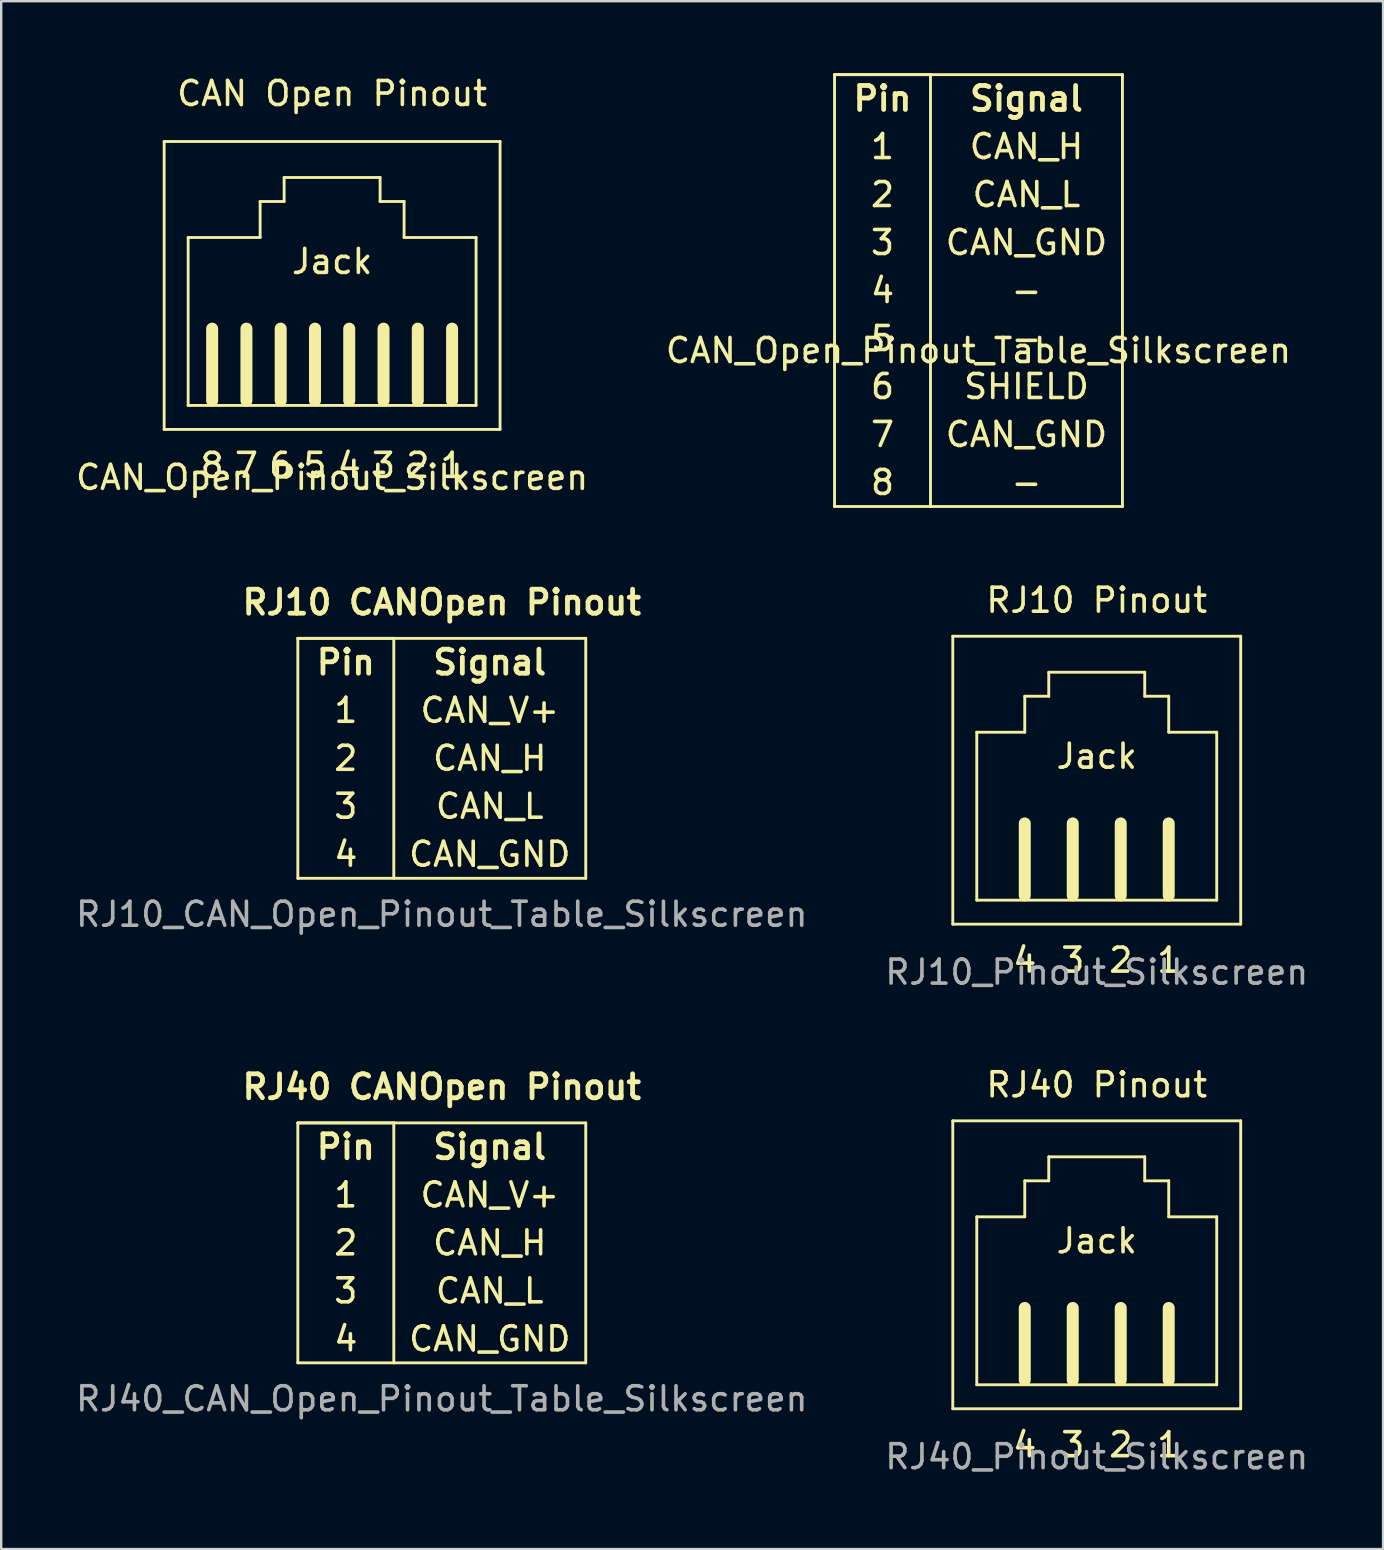
<source format=kicad_pcb>
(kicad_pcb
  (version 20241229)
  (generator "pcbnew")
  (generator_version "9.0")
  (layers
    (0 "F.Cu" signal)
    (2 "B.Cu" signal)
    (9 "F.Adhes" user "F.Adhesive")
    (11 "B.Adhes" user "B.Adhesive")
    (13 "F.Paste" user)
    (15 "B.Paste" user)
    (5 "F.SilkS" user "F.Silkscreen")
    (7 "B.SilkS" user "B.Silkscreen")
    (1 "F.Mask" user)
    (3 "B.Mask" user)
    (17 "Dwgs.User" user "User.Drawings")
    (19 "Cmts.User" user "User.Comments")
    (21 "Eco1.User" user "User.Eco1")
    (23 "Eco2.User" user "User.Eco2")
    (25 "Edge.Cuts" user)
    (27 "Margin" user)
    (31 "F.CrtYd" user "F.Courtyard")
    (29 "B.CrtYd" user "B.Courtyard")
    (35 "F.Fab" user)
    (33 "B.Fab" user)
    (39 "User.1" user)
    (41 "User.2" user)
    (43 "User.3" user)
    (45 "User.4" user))
  (footprint "CAN_Open_Pinout_Table_Silkscreen"
    (layer "F.Cu")
    (at 37.732 11.06)
    (property "Reference" "CAN_Open_Pinout_Table_Silkscreen" (at 0 0.5 0) (layer "F.SilkS") (effects (font (size 1 1) (thickness 0.15))))
    (attr through_hole)
    (fp_line (start -6 -11) (end -2 -11) (stroke (width 0.12) (type solid)) (layer "F.SilkS"))
    (fp_line (start -6 -11) (end -2 -11) (stroke (width 0.12) (type solid)) (layer "F.SilkS"))
    (fp_line (start -6 7) (end -6 -11) (stroke (width 0.12) (type solid)) (layer "F.SilkS"))
    (fp_line (start -2 -11) (end -2 7) (stroke (width 0.12) (type solid)) (layer "F.SilkS"))
    (fp_line (start -2 -11) (end 6 -11) (stroke (width 0.12) (type solid)) (layer "F.SilkS"))
    (fp_line (start -2 7) (end -6 7) (stroke (width 0.12) (type solid)) (layer "F.SilkS"))
    (fp_line (start 6 -11) (end 6 7) (stroke (width 0.12) (type solid)) (layer "F.SilkS"))
    (fp_line (start 6 7) (end -2 7) (stroke (width 0.12) (type solid)) (layer "F.SilkS"))
    (fp_text user "8" (at -4 6 0) (layer "F.SilkS") (effects (font (size 1 1) (thickness 0.15))))
    (fp_text user "1" (at -4 -8 0) (layer "F.SilkS") (effects (font (size 1 1) (thickness 0.15))))
    (fp_text user "CAN_H" (at 2 -8 0) (layer "F.SilkS") (effects (font (size 1 1) (thickness 0.15))))
    (fp_text user "SHIELD" (at 2 2 0) (layer "F.SilkS") (effects (font (size 1 1) (thickness 0.15))))
    (fp_text user "3" (at -4 -4 0) (layer "F.SilkS") (effects (font (size 1 1) (thickness 0.15))))
    (fp_text user "6" (at -4 2 0) (layer "F.SilkS") (effects (font (size 1 1) (thickness 0.15))))
    (fp_text user "CAN_GND" (at 2 -4 0) (layer "F.SilkS") (effects (font (size 1 1) (thickness 0.15))))
    (fp_text user "5" (at -4 0 0) (layer "F.SilkS") (effects (font (size 1 1) (thickness 0.15))))
    (fp_text user "-" (at 2 -2 0) (layer "F.SilkS") (effects (font (size 1 1) (thickness 0.15))))
    (fp_text user "-" (at 2 0 0) (layer "F.SilkS") (effects (font (size 1 1) (thickness 0.15))))
    (fp_text user "CAN_L" (at 2 -6 0) (layer "F.SilkS") (effects (font (size 1 1) (thickness 0.15))))
    (fp_text user "Pin" (at -4 -10 0) (layer "F.SilkS") (effects (font (size 1 1) (thickness 0.2))))
    (fp_text user "CAN_GND" (at 2 4 0) (layer "F.SilkS") (effects (font (size 1 1) (thickness 0.15))))
    (fp_text user "2" (at -4 -6 0) (layer "F.SilkS") (effects (font (size 1 1) (thickness 0.15))))
    (fp_text user "7" (at -4 4 0) (layer "F.SilkS") (effects (font (size 1 1) (thickness 0.15))))
    (fp_text user "4" (at -4 -2 0) (layer "F.SilkS") (effects (font (size 1 1) (thickness 0.15))))
    (fp_text user "-" (at 2 6 0) (layer "F.SilkS") (effects (font (size 1 1) (thickness 0.15))))
    (fp_text user "Signal" (at 2 -10 0) (layer "F.SilkS") (effects (font (size 1 1) (thickness 0.2)))))
  (footprint "RJ40_CAN_Open_Pinout_Table_Silkscreen"
    (layer "F.Cu")
    (at 15.363 54.752)
    (property "Reference" "RJ40_CAN_Open_Pinout_Table_Silkscreen" (at 0 0.5 0) (layer "F.Fab") (effects (font (size 1 1) (thickness 0.15))))
    (attr through_hole)
    (fp_line (start -6 -11) (end -2 -11) (stroke (width 0.12) (type solid)) (layer "F.SilkS"))
    (fp_line (start -6 -11) (end -2 -11) (stroke (width 0.12) (type solid)) (layer "F.SilkS"))
    (fp_line (start -6 -1) (end -6 -11) (stroke (width 0.12) (type solid)) (layer "F.SilkS"))
    (fp_line (start -2 -11) (end -2 -1) (stroke (width 0.12) (type solid)) (layer "F.SilkS"))
    (fp_line (start -2 -11) (end 6 -11) (stroke (width 0.12) (type solid)) (layer "F.SilkS"))
    (fp_line (start 6 -11) (end 6 -1) (stroke (width 0.12) (type solid)) (layer "F.SilkS"))
    (fp_line (start 6 -1) (end -6 -1) (stroke (width 0.12) (type solid)) (layer "F.SilkS"))
    (fp_text user "1" (at -4 -8 0) (layer "F.SilkS") (effects (font (size 1 1) (thickness 0.15))))
    (fp_text user "RJ40 CANOpen Pinout" (at 0 -12.5 0) (layer "F.SilkS") (effects (font (size 1 1) (thickness 0.2))))
    (fp_text user "CAN_V+" (at 2 -8 0) (layer "F.SilkS") (effects (font (size 1 1) (thickness 0.15))))
    (fp_text user "2" (at -4 -6 0) (layer "F.SilkS") (effects (font (size 1 1) (thickness 0.15))))
    (fp_text user "Signal" (at 2 -10 0) (layer "F.SilkS") (effects (font (size 1 1) (thickness 0.2))))
    (fp_text user "CAN_GND" (at 2 -2 0) (layer "F.SilkS") (effects (font (size 1 1) (thickness 0.15))))
    (fp_text user "CAN_L" (at 2 -4 0) (layer "F.SilkS") (effects (font (size 1 1) (thickness 0.15))))
    (fp_text user "4" (at -4 -2 0) (layer "F.SilkS") (effects (font (size 1 1) (thickness 0.15))))
    (fp_text user "CAN_H" (at 2 -6 0) (layer "F.SilkS") (effects (font (size 1 1) (thickness 0.15))))
    (fp_text user "Pin" (at -4 -10 0) (layer "F.SilkS") (effects (font (size 1 1) (thickness 0.2))))
    (fp_text user "3" (at -4 -4 0) (layer "F.SilkS") (effects (font (size 1 1) (thickness 0.15)))))
  (footprint "RJ10_Pinout_Silkscreen"
    (layer "F.Cu")
    (at 42.661 34.468)
    (property "Reference" "RJ10_Pinout_Silkscreen" (at 0 3 0) (layer "F.Fab") (effects (font (size 1 1) (thickness 0.15))))
    (attr through_hole)
    (fp_line (start -6 -11) (end 6 -11) (stroke (width 0.12) (type solid)) (layer "F.SilkS"))
    (fp_line (start -6 1) (end -6 -11) (stroke (width 0.12) (type solid)) (layer "F.SilkS"))
    (fp_line (start -5 -7) (end -5 0) (stroke (width 0.12) (type solid)) (layer "F.SilkS"))
    (fp_line (start -5 0) (end 5 0) (stroke (width 0.12) (type solid)) (layer "F.SilkS"))
    (fp_line (start -3 -8.5) (end -3 -7) (stroke (width 0.12) (type solid)) (layer "F.SilkS"))
    (fp_line (start -3 -7) (end -5 -7) (stroke (width 0.12) (type solid)) (layer "F.SilkS"))
    (fp_line (start -3 -0.2) (end -3 -3.2) (stroke (width 0.5) (type solid)) (layer "F.SilkS"))
    (fp_line (start -2 -9.5) (end -2 -8.5) (stroke (width 0.12) (type solid)) (layer "F.SilkS"))
    (fp_line (start -2 -8.5) (end -3 -8.5) (stroke (width 0.12) (type solid)) (layer "F.SilkS"))
    (fp_line (start -1 -0.2) (end -1 -3.2) (stroke (width 0.5) (type solid)) (layer "F.SilkS"))
    (fp_line (start 1 -0.2) (end 1 -3.2) (stroke (width 0.5) (type solid)) (layer "F.SilkS"))
    (fp_line (start 2 -9.5) (end -2 -9.5) (stroke (width 0.12) (type solid)) (layer "F.SilkS"))
    (fp_line (start 2 -8.5) (end 2 -9.5) (stroke (width 0.12) (type solid)) (layer "F.SilkS"))
    (fp_line (start 3 -8.5) (end 2 -8.5) (stroke (width 0.12) (type solid)) (layer "F.SilkS"))
    (fp_line (start 3 -7) (end 3 -8.5) (stroke (width 0.12) (type solid)) (layer "F.SilkS"))
    (fp_line (start 3 -0.2) (end 3 -3.2) (stroke (width 0.5) (type solid)) (layer "F.SilkS"))
    (fp_line (start 5 -7) (end 3 -7) (stroke (width 0.12) (type solid)) (layer "F.SilkS"))
    (fp_line (start 5 0) (end 5 -7) (stroke (width 0.12) (type solid)) (layer "F.SilkS"))
    (fp_line (start 6 -11) (end 6 1) (stroke (width 0.12) (type solid)) (layer "F.SilkS"))
    (fp_line (start 6 1) (end -6 1) (stroke (width 0.12) (type solid)) (layer "F.SilkS"))
    (fp_text user "1" (at 3 2.5 0) (layer "F.SilkS") (effects (font (size 1 1) (thickness 0.15))))
    (fp_text user "RJ10 Pinout" (at 0 -12.5 0) (layer "F.SilkS") (effects (font (size 1 1) (thickness 0.15))))
    (fp_text user "3" (at -1 2.5 0) (layer "F.SilkS") (effects (font (size 1 1) (thickness 0.15))))
    (fp_text user "Jack" (at 0 -6 0) (layer "F.SilkS") (effects (font (size 1 1) (thickness 0.15))))
    (fp_text user "2" (at 1 2.5 0) (layer "F.SilkS") (effects (font (size 1 1) (thickness 0.15))))
    (fp_text user "4" (at -3 2.5 0) (layer "F.SilkS") (effects (font (size 1 1) (thickness 0.15)))))
  (footprint "RJ10_CAN_Open_Pinout_Table_Silkscreen"
    (layer "F.Cu")
    (at 15.363 34.556)
    (property "Reference" "RJ10_CAN_Open_Pinout_Table_Silkscreen" (at 0 0.5 0) (layer "F.Fab") (effects (font (size 1 1) (thickness 0.15))))
    (attr through_hole)
    (fp_line (start -6 -11) (end -2 -11) (stroke (width 0.12) (type solid)) (layer "F.SilkS"))
    (fp_line (start -6 -11) (end -2 -11) (stroke (width 0.12) (type solid)) (layer "F.SilkS"))
    (fp_line (start -6 -1) (end -6 -11) (stroke (width 0.12) (type solid)) (layer "F.SilkS"))
    (fp_line (start -2 -11) (end -2 -1) (stroke (width 0.12) (type solid)) (layer "F.SilkS"))
    (fp_line (start -2 -11) (end 6 -11) (stroke (width 0.12) (type solid)) (layer "F.SilkS"))
    (fp_line (start 6 -11) (end 6 -1) (stroke (width 0.12) (type solid)) (layer "F.SilkS"))
    (fp_line (start 6 -1) (end -6 -1) (stroke (width 0.12) (type solid)) (layer "F.SilkS"))
    (fp_text user "CAN_L" (at 2 -4 0) (layer "F.SilkS") (effects (font (size 1 1) (thickness 0.15))))
    (fp_text user "Signal" (at 2 -10 0) (layer "F.SilkS") (effects (font (size 1 1) (thickness 0.2))))
    (fp_text user "4" (at -4 -2 0) (layer "F.SilkS") (effects (font (size 1 1) (thickness 0.15))))
    (fp_text user "Pin" (at -4 -10 0) (layer "F.SilkS") (effects (font (size 1 1) (thickness 0.2))))
    (fp_text user "CAN_H" (at 2 -6 0) (layer "F.SilkS") (effects (font (size 1 1) (thickness 0.15))))
    (fp_text user "CAN_GND" (at 2 -2 0) (layer "F.SilkS") (effects (font (size 1 1) (thickness 0.15))))
    (fp_text user "2" (at -4 -6 0) (layer "F.SilkS") (effects (font (size 1 1) (thickness 0.15))))
    (fp_text user "CAN_V+" (at 2 -8 0) (layer "F.SilkS") (effects (font (size 1 1) (thickness 0.15))))
    (fp_text user "1" (at -4 -8 0) (layer "F.SilkS") (effects (font (size 1 1) (thickness 0.15))))
    (fp_text user "3" (at -4 -4 0) (layer "F.SilkS") (effects (font (size 1 1) (thickness 0.15))))
    (fp_text user "RJ10 CANOpen Pinout" (at 0 -12.5 0) (layer "F.SilkS") (effects (font (size 1 1) (thickness 0.2)))))
  (footprint "RJ40_Pinout_Silkscreen"
    (layer "F.Cu")
    (at 42.661 54.665)
    (property "Reference" "RJ40_Pinout_Silkscreen" (at 0 3 0) (layer "F.Fab") (effects (font (size 1 1) (thickness 0.15))))
    (attr through_hole)
    (fp_line (start -6 -11) (end 6 -11) (stroke (width 0.12) (type solid)) (layer "F.SilkS"))
    (fp_line (start -6 1) (end -6 -11) (stroke (width 0.12) (type solid)) (layer "F.SilkS"))
    (fp_line (start -5 -7) (end -5 0) (stroke (width 0.12) (type solid)) (layer "F.SilkS"))
    (fp_line (start -5 0) (end 5 0) (stroke (width 0.12) (type solid)) (layer "F.SilkS"))
    (fp_line (start -3 -8.5) (end -3 -7) (stroke (width 0.12) (type solid)) (layer "F.SilkS"))
    (fp_line (start -3 -7) (end -5 -7) (stroke (width 0.12) (type solid)) (layer "F.SilkS"))
    (fp_line (start -3 -0.2) (end -3 -3.2) (stroke (width 0.5) (type solid)) (layer "F.SilkS"))
    (fp_line (start -2 -9.5) (end -2 -8.5) (stroke (width 0.12) (type solid)) (layer "F.SilkS"))
    (fp_line (start -2 -8.5) (end -3 -8.5) (stroke (width 0.12) (type solid)) (layer "F.SilkS"))
    (fp_line (start -1 -0.2) (end -1 -3.2) (stroke (width 0.5) (type solid)) (layer "F.SilkS"))
    (fp_line (start 1 -0.2) (end 1 -3.2) (stroke (width 0.5) (type solid)) (layer "F.SilkS"))
    (fp_line (start 2 -9.5) (end -2 -9.5) (stroke (width 0.12) (type solid)) (layer "F.SilkS"))
    (fp_line (start 2 -8.5) (end 2 -9.5) (stroke (width 0.12) (type solid)) (layer "F.SilkS"))
    (fp_line (start 3 -8.5) (end 2 -8.5) (stroke (width 0.12) (type solid)) (layer "F.SilkS"))
    (fp_line (start 3 -7) (end 3 -8.5) (stroke (width 0.12) (type solid)) (layer "F.SilkS"))
    (fp_line (start 3 -0.2) (end 3 -3.2) (stroke (width 0.5) (type solid)) (layer "F.SilkS"))
    (fp_line (start 5 -7) (end 3 -7) (stroke (width 0.12) (type solid)) (layer "F.SilkS"))
    (fp_line (start 5 0) (end 5 -7) (stroke (width 0.12) (type solid)) (layer "F.SilkS"))
    (fp_line (start 6 -11) (end 6 1) (stroke (width 0.12) (type solid)) (layer "F.SilkS"))
    (fp_line (start 6 1) (end -6 1) (stroke (width 0.12) (type solid)) (layer "F.SilkS"))
    (fp_text user "RJ40 Pinout" (at 0 -12.5 0) (layer "F.SilkS") (effects (font (size 1 1) (thickness 0.15))))
    (fp_text user "3" (at -1 2.5 0) (layer "F.SilkS") (effects (font (size 1 1) (thickness 0.15))))
    (fp_text user "4" (at -3 2.5 0) (layer "F.SilkS") (effects (font (size 1 1) (thickness 0.15))))
    (fp_text user "Jack" (at 0 -6 0) (layer "F.SilkS") (effects (font (size 1 1) (thickness 0.15))))
    (fp_text user "1" (at 3 2.5 0) (layer "F.SilkS") (effects (font (size 1 1) (thickness 0.15))))
    (fp_text user "2" (at 1 2.5 0) (layer "F.SilkS") (effects (font (size 1 1) (thickness 0.15)))))
  (footprint "CAN_Open_Pinout_Silkscreen"
    (layer "F.Cu")
    (at 10.792 13.848)
    (property "Reference" "CAN_Open_Pinout_Silkscreen" (at 0 3 0) (layer "F.SilkS") (effects (font (size 1 1) (thickness 0.15))))
    (attr through_hole)
    (fp_line (start -7 -11) (end 7 -11) (stroke (width 0.12) (type solid)) (layer "F.SilkS"))
    (fp_line (start -7 1) (end -7 -11) (stroke (width 0.12) (type solid)) (layer "F.SilkS"))
    (fp_line (start -6 -7) (end -6 0) (stroke (width 0.12) (type solid)) (layer "F.SilkS"))
    (fp_line (start -6 0) (end 6 0) (stroke (width 0.12) (type solid)) (layer "F.SilkS"))
    (fp_line (start -5 -0.2) (end -5 -3.2) (stroke (width 0.5) (type solid)) (layer "F.SilkS"))
    (fp_line (start -3.571 -0.2) (end -3.571 -3.2) (stroke (width 0.5) (type solid)) (layer "F.SilkS"))
    (fp_line (start -3 -8.5) (end -3 -7) (stroke (width 0.12) (type solid)) (layer "F.SilkS"))
    (fp_line (start -3 -7) (end -6 -7) (stroke (width 0.12) (type solid)) (layer "F.SilkS"))
    (fp_line (start -2.143 -0.2) (end -2.143 -3.2) (stroke (width 0.5) (type solid)) (layer "F.SilkS"))
    (fp_line (start -2 -9.5) (end -2 -8.5) (stroke (width 0.12) (type solid)) (layer "F.SilkS"))
    (fp_line (start -2 -8.5) (end -3 -8.5) (stroke (width 0.12) (type solid)) (layer "F.SilkS"))
    (fp_line (start -0.714 -0.2) (end -0.714 -3.2) (stroke (width 0.5) (type solid)) (layer "F.SilkS"))
    (fp_line (start 0.714 -0.2) (end 0.714 -3.2) (stroke (width 0.5) (type solid)) (layer "F.SilkS"))
    (fp_line (start 2 -9.5) (end -2 -9.5) (stroke (width 0.12) (type solid)) (layer "F.SilkS"))
    (fp_line (start 2 -8.5) (end 2 -9.5) (stroke (width 0.12) (type solid)) (layer "F.SilkS"))
    (fp_line (start 2.143 -0.2) (end 2.143 -3.2) (stroke (width 0.5) (type solid)) (layer "F.SilkS"))
    (fp_line (start 3 -8.5) (end 2 -8.5) (stroke (width 0.12) (type solid)) (layer "F.SilkS"))
    (fp_line (start 3 -7) (end 3 -8.5) (stroke (width 0.12) (type solid)) (layer "F.SilkS"))
    (fp_line (start 3.571 -0.2) (end 3.571 -3.2) (stroke (width 0.5) (type solid)) (layer "F.SilkS"))
    (fp_line (start 5 -0.2) (end 5 -3.2) (stroke (width 0.5) (type solid)) (layer "F.SilkS"))
    (fp_line (start 6 -7) (end 3 -7) (stroke (width 0.12) (type solid)) (layer "F.SilkS"))
    (fp_line (start 6 0) (end 6 -7) (stroke (width 0.12) (type solid)) (layer "F.SilkS"))
    (fp_line (start 7 -11) (end 7 1) (stroke (width 0.12) (type solid)) (layer "F.SilkS"))
    (fp_line (start 7 1) (end -7 1) (stroke (width 0.12) (type solid)) (layer "F.SilkS"))
    (fp_text user "8" (at -5 2.5 0) (layer "F.SilkS") (effects (font (size 1 1) (thickness 0.15))))
    (fp_text user "1" (at 5 2.5 0) (layer "F.SilkS") (effects (font (size 1 1) (thickness 0.15))))
    (fp_text user "5" (at -0.714 2.5 0) (layer "F.SilkS") (effects (font (size 1 1) (thickness 0.15))))
    (fp_text user "CAN Open Pinout" (at 0 -13 0) (layer "F.SilkS") (effects (font (size 1 1) (thickness 0.15))))
    (fp_text user "Jack" (at 0 -6 0) (layer "F.SilkS") (effects (font (size 1 1) (thickness 0.15))))
    (fp_text user "7" (at -3.571 2.5 0) (layer "F.SilkS") (effects (font (size 1 1) (thickness 0.15))))
    (fp_text user "2" (at 3.571 2.5 0) (layer "F.SilkS") (effects (font (size 1 1) (thickness 0.15))))
    (fp_text user "4" (at 0.714 2.5 0) (layer "F.SilkS") (effects (font (size 1 1) (thickness 0.15))))
    (fp_text user "6" (at -2.143 2.5 0) (layer "F.SilkS") (effects (font (size 1 1) (thickness 0.15))))
    (fp_text user "3" (at 2.143 2.5 0) (layer "F.SilkS") (effects (font (size 1 1) (thickness 0.15)))))
  (gr_rect
    (start -3 -3)
    (end 54.595 61.513)
    (stroke (width 0.1) (type default))
    (fill no)
    (layer "Edge.Cuts")))
</source>
